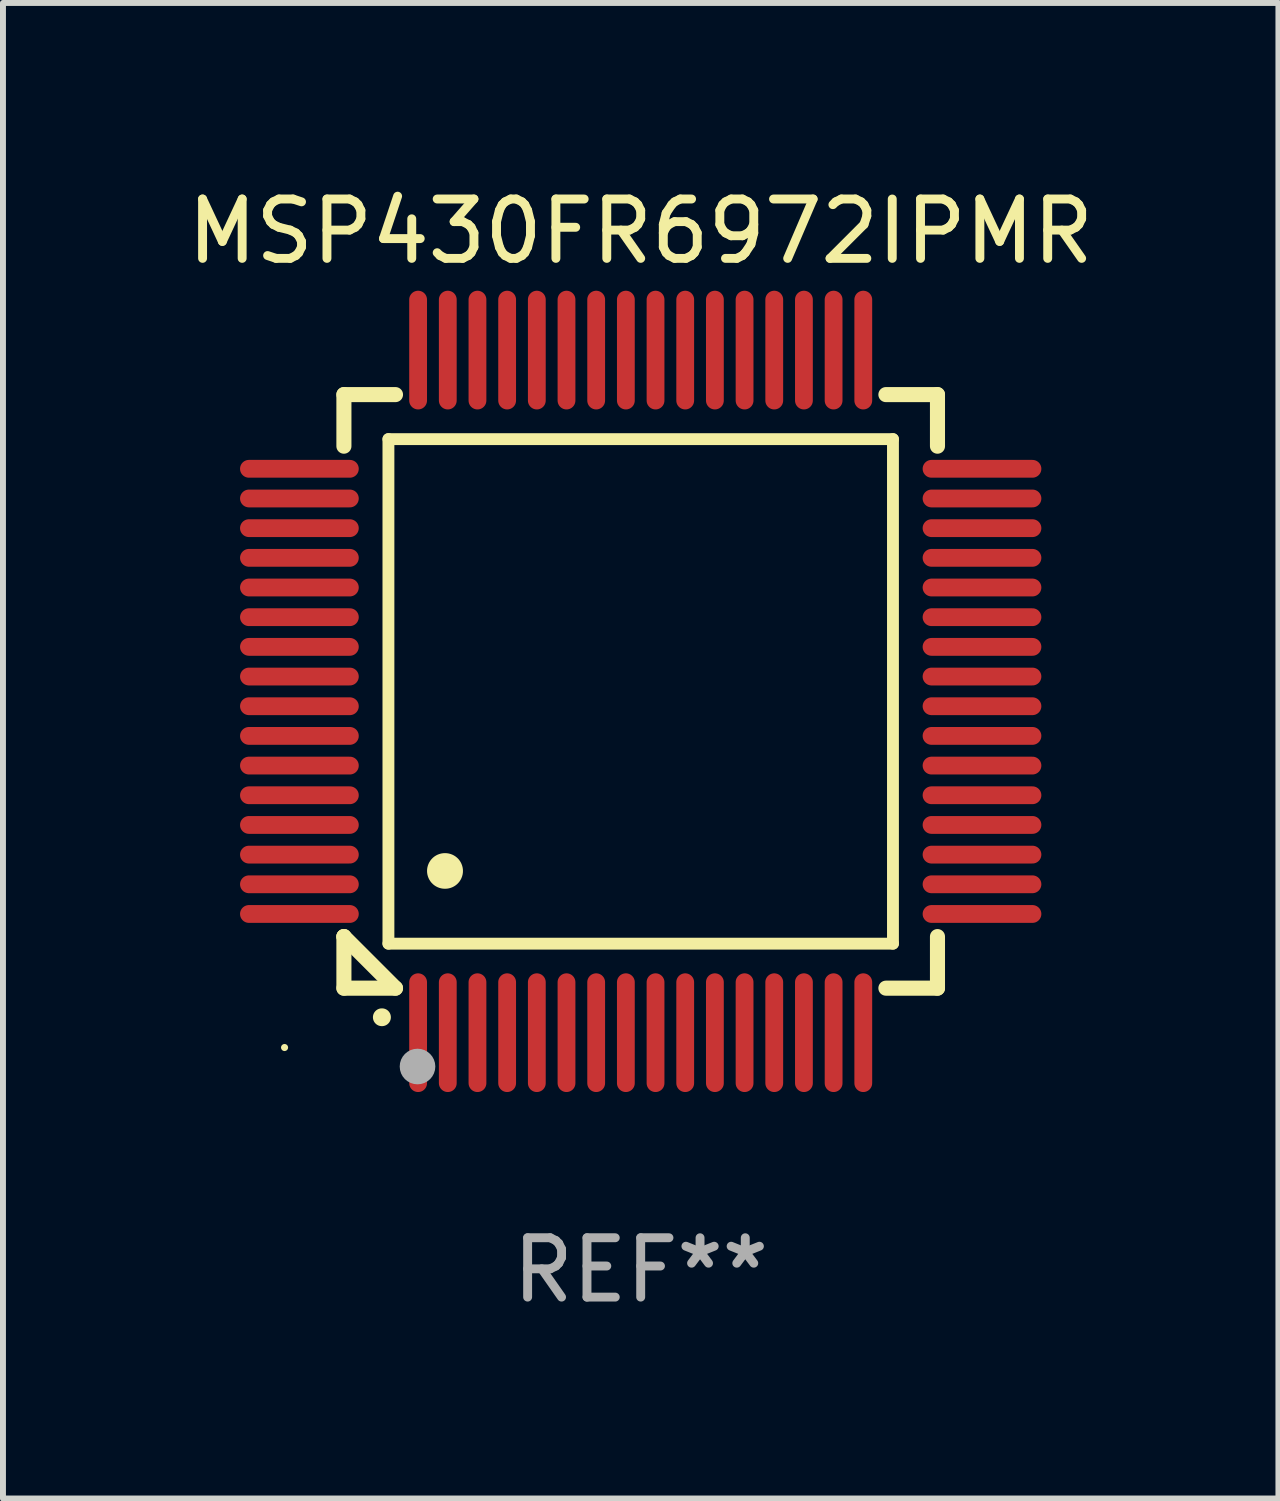
<source format=kicad_pcb>
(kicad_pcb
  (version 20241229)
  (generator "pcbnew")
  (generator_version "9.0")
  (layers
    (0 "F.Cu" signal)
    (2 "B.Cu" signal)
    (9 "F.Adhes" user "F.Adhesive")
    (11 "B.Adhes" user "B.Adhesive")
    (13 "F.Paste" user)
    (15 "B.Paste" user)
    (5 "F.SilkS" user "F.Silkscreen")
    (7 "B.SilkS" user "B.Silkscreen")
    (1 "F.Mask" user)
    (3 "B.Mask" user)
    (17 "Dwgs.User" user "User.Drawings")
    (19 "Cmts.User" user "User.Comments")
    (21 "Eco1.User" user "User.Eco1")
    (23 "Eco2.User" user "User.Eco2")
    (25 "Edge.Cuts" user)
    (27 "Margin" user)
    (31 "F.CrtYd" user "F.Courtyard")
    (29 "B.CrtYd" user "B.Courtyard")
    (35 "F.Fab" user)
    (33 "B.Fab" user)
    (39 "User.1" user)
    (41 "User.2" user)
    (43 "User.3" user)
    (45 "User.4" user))
  (footprint "MSP430FR6972IPMR"
    (layer "F.Cu")
    (at 7.744 8.598)
    (property "Reference" "MSP430FR6972IPMR" (at 0 -7.75 0) (layer "F.SilkS") (effects (font (size 1 1) (thickness 0.15))))
    (attr through_hole)
    (fp_line (start -5 -5) (end -4.131 -5) (stroke (width 0.254) (type solid)) (layer "F.SilkS"))
    (fp_line (start -5 -4.131) (end -5 -5) (stroke (width 0.254) (type solid)) (layer "F.SilkS"))
    (fp_line (start -5 4.131) (end -5 4.131) (stroke (width 0.254) (type solid)) (layer "F.SilkS"))
    (fp_line (start -5 5) (end -5 4.131) (stroke (width 0.254) (type solid)) (layer "F.SilkS"))
    (fp_line (start -5 4.131) (end -4.131 5) (stroke (width 0.254) (type solid)) (layer "F.SilkS"))
    (fp_line (start -4.25 -4.25) (end -4.25 4.25) (stroke (width 0.2) (type solid)) (layer "F.SilkS"))
    (fp_line (start -4.25 4.25) (end 4.25 4.25) (stroke (width 0.2) (type solid)) (layer "F.SilkS"))
    (fp_line (start -4.131 5) (end -5 5) (stroke (width 0.254) (type solid)) (layer "F.SilkS"))
    (fp_line (start 4.25 -4.25) (end -4.25 -4.25) (stroke (width 0.2) (type solid)) (layer "F.SilkS"))
    (fp_line (start 4.25 4.25) (end 4.25 -4.25) (stroke (width 0.2) (type solid)) (layer "F.SilkS"))
    (fp_line (start 5 -5) (end 4.131 -5) (stroke (width 0.254) (type solid)) (layer "F.SilkS"))
    (fp_line (start 5 -5) (end 5 -4.131) (stroke (width 0.254) (type solid)) (layer "F.SilkS"))
    (fp_line (start 5 4.131) (end 5 5) (stroke (width 0.254) (type solid)) (layer "F.SilkS"))
    (fp_line (start 5 5) (end 4.131 5) (stroke (width 0.254) (type solid)) (layer "F.SilkS"))
    (fp_arc (start -4.361265 5.489992) (mid -4.359995 5.489987) (end -4.358725 5.489992) (stroke (width 0.3) (type solid)) (layer "F.SilkS"))
    (fp_arc (start -3.299467 3.025146) (mid -3.296927 3.025135) (end -3.294387 3.025146) (stroke (width 0.6) (type solid)) (layer "F.SilkS"))
    (fp_circle (center -6 6) (end -5.97 6) (stroke (width 0.06) (type solid)) (fill no) (layer "F.SilkS"))
    (fp_circle (center -3.76 6.32) (end -3.61 6.32) (stroke (width 0.3) (type solid)) (fill no) (layer "F.Fab"))
    (fp_text user "REF**" (at 0 9.75 0) (layer "F.Fab") (effects (font (size 1 1) (thickness 0.15))))
    (pad "1" smd oval (at -3.75 5.75) (size 0.3 2) (layers "F.Cu" "F.Mask" "F.Paste"))
    (pad "2" smd oval (at -3.25 5.75) (size 0.3 2) (layers "F.Cu" "F.Mask" "F.Paste"))
    (pad "3" smd oval (at -2.75 5.75) (size 0.3 2) (layers "F.Cu" "F.Mask" "F.Paste"))
    (pad "4" smd oval (at -2.25 5.75) (size 0.3 2) (layers "F.Cu" "F.Mask" "F.Paste"))
    (pad "5" smd oval (at -1.75 5.75) (size 0.3 2) (layers "F.Cu" "F.Mask" "F.Paste"))
    (pad "6" smd oval (at -1.25 5.75) (size 0.3 2) (layers "F.Cu" "F.Mask" "F.Paste"))
    (pad "7" smd oval (at -0.75 5.75) (size 0.3 2) (layers "F.Cu" "F.Mask" "F.Paste"))
    (pad "8" smd oval (at -0.25 5.75) (size 0.3 2) (layers "F.Cu" "F.Mask" "F.Paste"))
    (pad "9" smd oval (at 0.25 5.75) (size 0.3 2) (layers "F.Cu" "F.Mask" "F.Paste"))
    (pad "10" smd oval (at 0.75 5.75) (size 0.3 2) (layers "F.Cu" "F.Mask" "F.Paste"))
    (pad "11" smd oval (at 1.25 5.75) (size 0.3 2) (layers "F.Cu" "F.Mask" "F.Paste"))
    (pad "12" smd oval (at 1.75 5.75) (size 0.3 2) (layers "F.Cu" "F.Mask" "F.Paste"))
    (pad "13" smd oval (at 2.25 5.75) (size 0.3 2) (layers "F.Cu" "F.Mask" "F.Paste"))
    (pad "14" smd oval (at 2.75 5.75) (size 0.3 2) (layers "F.Cu" "F.Mask" "F.Paste"))
    (pad "15" smd oval (at 3.25 5.75) (size 0.3 2) (layers "F.Cu" "F.Mask" "F.Paste"))
    (pad "16" smd oval (at 3.75 5.75) (size 0.3 2) (layers "F.Cu" "F.Mask" "F.Paste"))
    (pad "17" smd oval (at 5.75 3.75) (size 2 0.3) (layers "F.Cu" "F.Mask" "F.Paste"))
    (pad "18" smd oval (at 5.75 3.25) (size 2 0.3) (layers "F.Cu" "F.Mask" "F.Paste"))
    (pad "19" smd oval (at 5.75 2.75) (size 2 0.3) (layers "F.Cu" "F.Mask" "F.Paste"))
    (pad "20" smd oval (at 5.75 2.25) (size 2 0.3) (layers "F.Cu" "F.Mask" "F.Paste"))
    (pad "21" smd oval (at 5.75 1.75) (size 2 0.3) (layers "F.Cu" "F.Mask" "F.Paste"))
    (pad "22" smd oval (at 5.75 1.25) (size 2 0.3) (layers "F.Cu" "F.Mask" "F.Paste"))
    (pad "23" smd oval (at 5.75 0.75) (size 2 0.3) (layers "F.Cu" "F.Mask" "F.Paste"))
    (pad "24" smd oval (at 5.75 0.25) (size 2 0.3) (layers "F.Cu" "F.Mask" "F.Paste"))
    (pad "25" smd oval (at 5.75 -0.25) (size 2 0.3) (layers "F.Cu" "F.Mask" "F.Paste"))
    (pad "26" smd oval (at 5.75 -0.75) (size 2 0.3) (layers "F.Cu" "F.Mask" "F.Paste"))
    (pad "27" smd oval (at 5.75 -1.25) (size 2 0.3) (layers "F.Cu" "F.Mask" "F.Paste"))
    (pad "28" smd oval (at 5.75 -1.75) (size 2 0.3) (layers "F.Cu" "F.Mask" "F.Paste"))
    (pad "29" smd oval (at 5.75 -2.25) (size 2 0.3) (layers "F.Cu" "F.Mask" "F.Paste"))
    (pad "30" smd oval (at 5.75 -2.75) (size 2 0.3) (layers "F.Cu" "F.Mask" "F.Paste"))
    (pad "31" smd oval (at 5.75 -3.25) (size 2 0.3) (layers "F.Cu" "F.Mask" "F.Paste"))
    (pad "32" smd oval (at 5.75 -3.75) (size 2 0.3) (layers "F.Cu" "F.Mask" "F.Paste"))
    (pad "33" smd oval (at 3.75 -5.75) (size 0.3 2) (layers "F.Cu" "F.Mask" "F.Paste"))
    (pad "34" smd oval (at 3.25 -5.75) (size 0.3 2) (layers "F.Cu" "F.Mask" "F.Paste"))
    (pad "35" smd oval (at 2.75 -5.75) (size 0.3 2) (layers "F.Cu" "F.Mask" "F.Paste"))
    (pad "36" smd oval (at 2.25 -5.75) (size 0.3 2) (layers "F.Cu" "F.Mask" "F.Paste"))
    (pad "37" smd oval (at 1.75 -5.75) (size 0.3 2) (layers "F.Cu" "F.Mask" "F.Paste"))
    (pad "38" smd oval (at 1.25 -5.75) (size 0.3 2) (layers "F.Cu" "F.Mask" "F.Paste"))
    (pad "39" smd oval (at 0.75 -5.75) (size 0.3 2) (layers "F.Cu" "F.Mask" "F.Paste"))
    (pad "40" smd oval (at 0.25 -5.75) (size 0.3 2) (layers "F.Cu" "F.Mask" "F.Paste"))
    (pad "41" smd oval (at -0.25 -5.75) (size 0.3 2) (layers "F.Cu" "F.Mask" "F.Paste"))
    (pad "42" smd oval (at -0.75 -5.75) (size 0.3 2) (layers "F.Cu" "F.Mask" "F.Paste"))
    (pad "43" smd oval (at -1.25 -5.75) (size 0.3 2) (layers "F.Cu" "F.Mask" "F.Paste"))
    (pad "44" smd oval (at -1.75 -5.75) (size 0.3 2) (layers "F.Cu" "F.Mask" "F.Paste"))
    (pad "45" smd oval (at -2.25 -5.75) (size 0.3 2) (layers "F.Cu" "F.Mask" "F.Paste"))
    (pad "46" smd oval (at -2.75 -5.75) (size 0.3 2) (layers "F.Cu" "F.Mask" "F.Paste"))
    (pad "47" smd oval (at -3.25 -5.75) (size 0.3 2) (layers "F.Cu" "F.Mask" "F.Paste"))
    (pad "48" smd oval (at -3.75 -5.75) (size 0.3 2) (layers "F.Cu" "F.Mask" "F.Paste"))
    (pad "49" smd oval (at -5.75 -3.75) (size 2 0.3) (layers "F.Cu" "F.Mask" "F.Paste"))
    (pad "50" smd oval (at -5.75 -3.25) (size 2 0.3) (layers "F.Cu" "F.Mask" "F.Paste"))
    (pad "51" smd oval (at -5.75 -2.75) (size 2 0.3) (layers "F.Cu" "F.Mask" "F.Paste"))
    (pad "52" smd oval (at -5.75 -2.25) (size 2 0.3) (layers "F.Cu" "F.Mask" "F.Paste"))
    (pad "53" smd oval (at -5.75 -1.75) (size 2 0.3) (layers "F.Cu" "F.Mask" "F.Paste"))
    (pad "54" smd oval (at -5.75 -1.25) (size 2 0.3) (layers "F.Cu" "F.Mask" "F.Paste"))
    (pad "55" smd oval (at -5.75 -0.75) (size 2 0.3) (layers "F.Cu" "F.Mask" "F.Paste"))
    (pad "56" smd oval (at -5.75 -0.25) (size 2 0.3) (layers "F.Cu" "F.Mask" "F.Paste"))
    (pad "57" smd oval (at -5.75 0.25) (size 2 0.3) (layers "F.Cu" "F.Mask" "F.Paste"))
    (pad "58" smd oval (at -5.75 0.75) (size 2 0.3) (layers "F.Cu" "F.Mask" "F.Paste"))
    (pad "59" smd oval (at -5.75 1.25) (size 2 0.3) (layers "F.Cu" "F.Mask" "F.Paste"))
    (pad "60" smd oval (at -5.75 1.75) (size 2 0.3) (layers "F.Cu" "F.Mask" "F.Paste"))
    (pad "61" smd oval (at -5.75 2.25) (size 2 0.3) (layers "F.Cu" "F.Mask" "F.Paste"))
    (pad "62" smd oval (at -5.75 2.75) (size 2 0.3) (layers "F.Cu" "F.Mask" "F.Paste"))
    (pad "63" smd oval (at -5.75 3.25) (size 2 0.3) (layers "F.Cu" "F.Mask" "F.Paste"))
    (pad "64" smd oval (at -5.75 3.75) (size 2 0.3) (layers "F.Cu" "F.Mask" "F.Paste")))
  (gr_rect
    (start -3 -3)
    (end 18.488 22.196)
    (stroke (width 0.1) (type default))
    (fill no)
    (layer "Edge.Cuts")))
</source>
